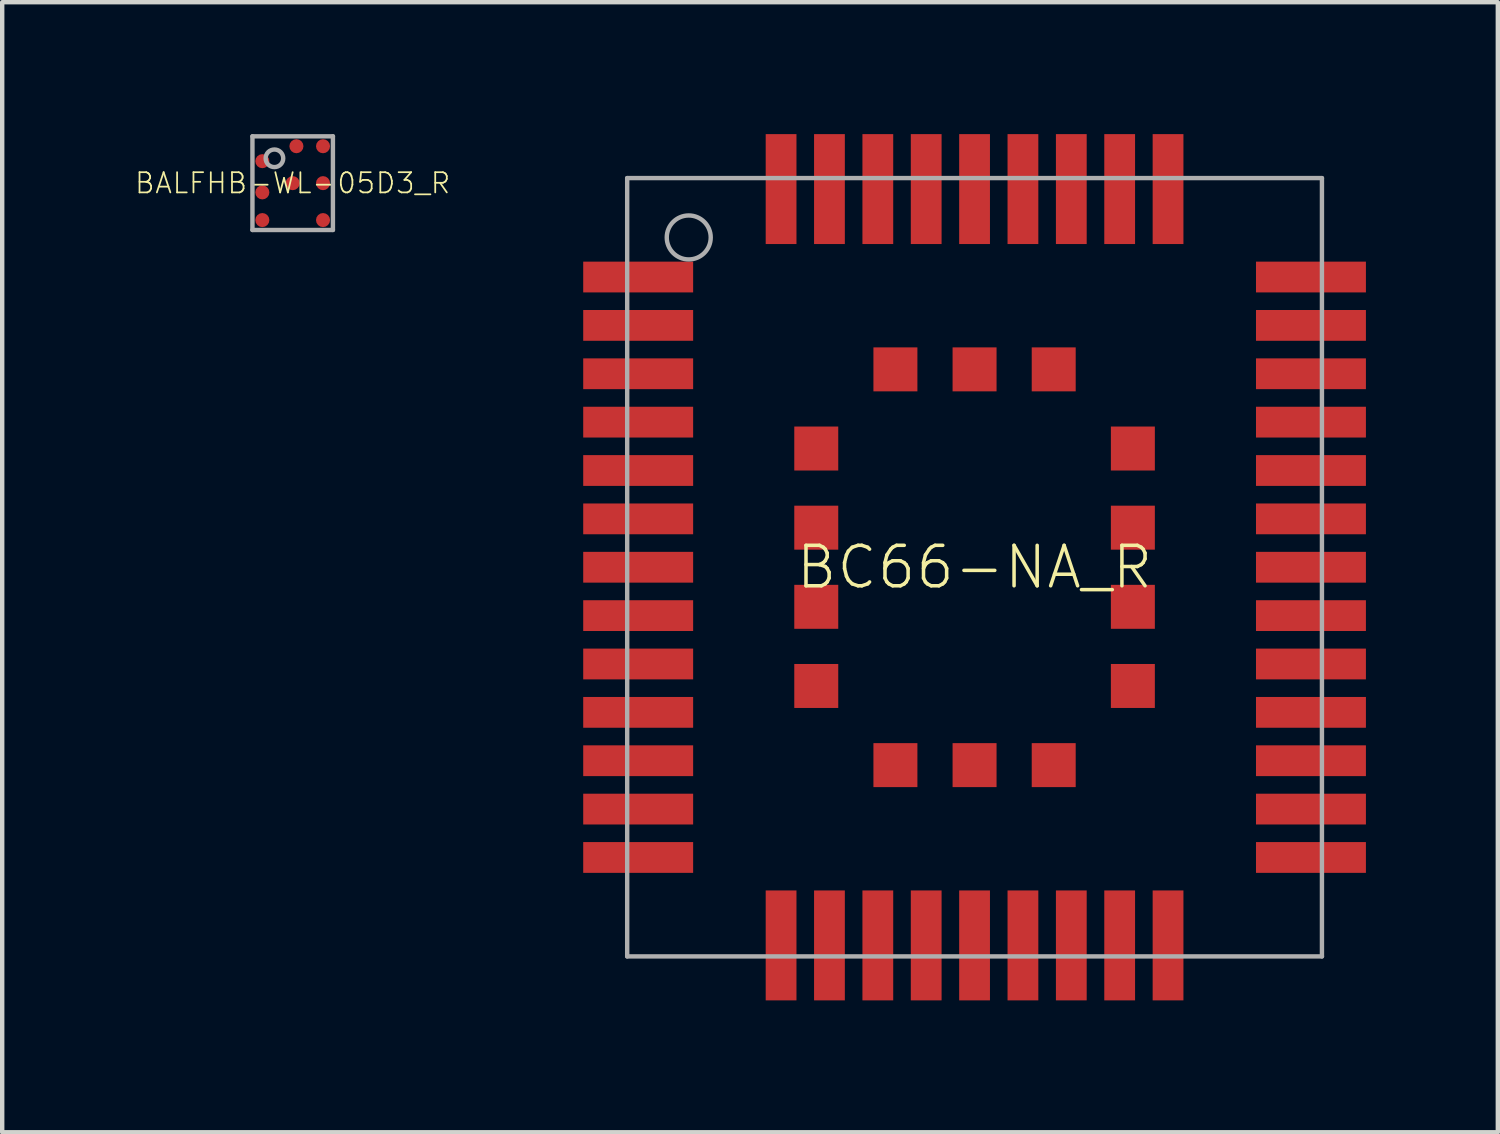
<source format=kicad_pcb>
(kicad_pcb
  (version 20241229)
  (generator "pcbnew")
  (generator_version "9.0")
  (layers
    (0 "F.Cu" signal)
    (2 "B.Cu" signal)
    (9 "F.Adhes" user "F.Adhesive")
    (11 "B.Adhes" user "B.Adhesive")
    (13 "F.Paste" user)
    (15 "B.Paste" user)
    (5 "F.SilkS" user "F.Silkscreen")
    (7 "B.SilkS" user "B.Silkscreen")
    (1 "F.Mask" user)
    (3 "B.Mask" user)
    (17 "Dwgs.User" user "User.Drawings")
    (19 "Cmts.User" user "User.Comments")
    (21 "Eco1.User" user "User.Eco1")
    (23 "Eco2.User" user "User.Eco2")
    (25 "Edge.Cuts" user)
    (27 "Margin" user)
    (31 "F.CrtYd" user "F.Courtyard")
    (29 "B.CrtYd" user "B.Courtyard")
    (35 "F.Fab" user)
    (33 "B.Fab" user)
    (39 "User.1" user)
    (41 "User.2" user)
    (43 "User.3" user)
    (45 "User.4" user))
  (footprint "BC66-NA_R"
    (layer "F.Cu")
    (at 19.113 9.85)
    (property "Reference" "BC66-NA_R" (at 0 0 0) (unlocked yes) (layer "F.SilkS") (effects (font (size 0.92 0.92) (thickness 0.08))))
    (fp_line (start -7.9 -8.85) (end 7.9 -8.85) (stroke (width 0.1) (type solid)) (layer "F.Fab"))
    (fp_line (start -7.9 8.85) (end -7.9 -8.85) (stroke (width 0.1) (type solid)) (layer "F.Fab"))
    (fp_line (start 7.9 -8.85) (end 7.9 8.85) (stroke (width 0.1) (type solid)) (layer "F.Fab"))
    (fp_line (start 7.9 8.85) (end -7.9 8.85) (stroke (width 0.1) (type solid)) (layer "F.Fab"))
    (fp_circle (center -6.5 -7.5) (end -6 -7.5) (stroke (width 0.1) (type solid)) (fill no) (layer "F.Fab"))
    (pad "1" smd rect (at -7.65 -6.6) (size 2.5 0.7) (layers "F.Cu" "F.Mask" "F.Paste"))
    (pad "2" smd rect (at -7.65 -5.5) (size 2.5 0.7) (layers "F.Cu" "F.Mask" "F.Paste"))
    (pad "3" smd rect (at -7.65 -4.4) (size 2.5 0.7) (layers "F.Cu" "F.Mask" "F.Paste"))
    (pad "4" smd rect (at -7.65 -3.3) (size 2.5 0.7) (layers "F.Cu" "F.Mask" "F.Paste"))
    (pad "5" smd rect (at -7.65 -2.2) (size 2.5 0.7) (layers "F.Cu" "F.Mask" "F.Paste"))
    (pad "6" smd rect (at -7.65 -1.1) (size 2.5 0.7) (layers "F.Cu" "F.Mask" "F.Paste"))
    (pad "7" smd rect (at -7.65 0) (size 2.5 0.7) (layers "F.Cu" "F.Mask" "F.Paste"))
    (pad "8" smd rect (at -7.65 1.1) (size 2.5 0.7) (layers "F.Cu" "F.Mask" "F.Paste"))
    (pad "9" smd rect (at -7.65 2.2) (size 2.5 0.7) (layers "F.Cu" "F.Mask" "F.Paste"))
    (pad "10" smd rect (at -7.65 3.3) (size 2.5 0.7) (layers "F.Cu" "F.Mask" "F.Paste"))
    (pad "11" smd rect (at -7.65 4.4) (size 2.5 0.7) (layers "F.Cu" "F.Mask" "F.Paste"))
    (pad "12" smd rect (at -7.65 5.5) (size 2.5 0.7) (layers "F.Cu" "F.Mask" "F.Paste"))
    (pad "13" smd rect (at -7.65 6.6) (size 2.5 0.7) (layers "F.Cu" "F.Mask" "F.Paste"))
    (pad "14" smd rect (at -4.4 8.6 90) (size 2.5 0.7) (layers "F.Cu" "F.Mask" "F.Paste"))
    (pad "15" smd rect (at -3.3 8.6 90) (size 2.5 0.7) (layers "F.Cu" "F.Mask" "F.Paste"))
    (pad "16" smd rect (at -2.2 8.6 90) (size 2.5 0.7) (layers "F.Cu" "F.Mask" "F.Paste"))
    (pad "17" smd rect (at -1.1 8.6 90) (size 2.5 0.7) (layers "F.Cu" "F.Mask" "F.Paste"))
    (pad "18" smd rect (at 0 8.6 90) (size 2.5 0.7) (layers "F.Cu" "F.Mask" "F.Paste"))
    (pad "19" smd rect (at 1.1 8.6 90) (size 2.5 0.7) (layers "F.Cu" "F.Mask" "F.Paste"))
    (pad "20" smd rect (at 2.2 8.6 90) (size 2.5 0.7) (layers "F.Cu" "F.Mask" "F.Paste"))
    (pad "21" smd rect (at 3.3 8.6 90) (size 2.5 0.7) (layers "F.Cu" "F.Mask" "F.Paste"))
    (pad "22" smd rect (at 4.4 8.6 90) (size 2.5 0.7) (layers "F.Cu" "F.Mask" "F.Paste"))
    (pad "23" smd rect (at 7.65 6.6 180) (size 2.5 0.7) (layers "F.Cu" "F.Mask" "F.Paste"))
    (pad "24" smd rect (at 7.65 5.5 180) (size 2.5 0.7) (layers "F.Cu" "F.Mask" "F.Paste"))
    (pad "25" smd rect (at 7.65 4.4 180) (size 2.5 0.7) (layers "F.Cu" "F.Mask" "F.Paste"))
    (pad "26" smd rect (at 7.65 3.3 180) (size 2.5 0.7) (layers "F.Cu" "F.Mask" "F.Paste"))
    (pad "27" smd rect (at 7.65 2.2 180) (size 2.5 0.7) (layers "F.Cu" "F.Mask" "F.Paste"))
    (pad "28" smd rect (at 7.65 1.1 180) (size 2.5 0.7) (layers "F.Cu" "F.Mask" "F.Paste"))
    (pad "29" smd rect (at 7.65 0 180) (size 2.5 0.7) (layers "F.Cu" "F.Mask" "F.Paste"))
    (pad "30" smd rect (at 7.65 -1.1 180) (size 2.5 0.7) (layers "F.Cu" "F.Mask" "F.Paste"))
    (pad "31" smd rect (at 7.65 -2.2 180) (size 2.5 0.7) (layers "F.Cu" "F.Mask" "F.Paste"))
    (pad "32" smd rect (at 7.65 -3.3 180) (size 2.5 0.7) (layers "F.Cu" "F.Mask" "F.Paste"))
    (pad "33" smd rect (at 7.65 -4.4 180) (size 2.5 0.7) (layers "F.Cu" "F.Mask" "F.Paste"))
    (pad "34" smd rect (at 7.65 -5.5 180) (size 2.5 0.7) (layers "F.Cu" "F.Mask" "F.Paste"))
    (pad "35" smd rect (at 7.65 -6.6 180) (size 2.5 0.7) (layers "F.Cu" "F.Mask" "F.Paste"))
    (pad "36" smd rect (at 4.4 -8.6 90) (size 2.5 0.7) (layers "F.Cu" "F.Mask" "F.Paste"))
    (pad "37" smd rect (at 3.3 -8.6 90) (size 2.5 0.7) (layers "F.Cu" "F.Mask" "F.Paste"))
    (pad "38" smd rect (at 2.2 -8.6 90) (size 2.5 0.7) (layers "F.Cu" "F.Mask" "F.Paste"))
    (pad "39" smd rect (at 1.1 -8.6 90) (size 2.5 0.7) (layers "F.Cu" "F.Mask" "F.Paste"))
    (pad "40" smd rect (at 0 -8.6 90) (size 2.5 0.7) (layers "F.Cu" "F.Mask" "F.Paste"))
    (pad "41" smd rect (at -1.1 -8.6 90) (size 2.5 0.7) (layers "F.Cu" "F.Mask" "F.Paste"))
    (pad "42" smd rect (at -2.2 -8.6 90) (size 2.5 0.7) (layers "F.Cu" "F.Mask" "F.Paste"))
    (pad "43" smd rect (at -3.3 -8.6 90) (size 2.5 0.7) (layers "F.Cu" "F.Mask" "F.Paste"))
    (pad "44" smd rect (at -4.4 -8.6 90) (size 2.5 0.7) (layers "F.Cu" "F.Mask" "F.Paste"))
    (pad "45" smd rect (at -3.6 -2.7) (size 1 1) (layers "F.Cu" "F.Mask" "F.Paste"))
    (pad "46" smd rect (at -3.6 -0.9) (size 1 1) (layers "F.Cu" "F.Mask" "F.Paste"))
    (pad "47" smd rect (at -3.6 0.9) (size 1 1) (layers "F.Cu" "F.Mask" "F.Paste"))
    (pad "48" smd rect (at -3.6 2.7) (size 1 1) (layers "F.Cu" "F.Mask" "F.Paste"))
    (pad "49" smd rect (at -1.8 4.5) (size 1 1) (layers "F.Cu" "F.Mask" "F.Paste"))
    (pad "50" smd rect (at 0 4.5) (size 1 1) (layers "F.Cu" "F.Mask" "F.Paste"))
    (pad "51" smd rect (at 1.8 4.5) (size 1 1) (layers "F.Cu" "F.Mask" "F.Paste"))
    (pad "52" smd rect (at 3.6 2.7) (size 1 1) (layers "F.Cu" "F.Mask" "F.Paste"))
    (pad "53" smd rect (at 3.6 0.9) (size 1 1) (layers "F.Cu" "F.Mask" "F.Paste"))
    (pad "54" smd rect (at 3.6 -0.9) (size 1 1) (layers "F.Cu" "F.Mask" "F.Paste"))
    (pad "55" smd rect (at 3.6 -2.7) (size 1 1) (layers "F.Cu" "F.Mask" "F.Paste"))
    (pad "56" smd rect (at 1.8 -4.5) (size 1 1) (layers "F.Cu" "F.Mask" "F.Paste"))
    (pad "57" smd rect (at 0 -4.5) (size 1 1) (layers "F.Cu" "F.Mask" "F.Paste"))
    (pad "58" smd rect (at -1.8 -4.5) (size 1 1) (layers "F.Cu" "F.Mask" "F.Paste")))
  (footprint "BALFHB-WL-05D3_R"
    (layer "F.Cu")
    (at 3.606 1.115)
    (property "Reference" "BALFHB-WL-05D3_R" (at 0 0 0) (unlocked yes) (layer "F.SilkS") (effects (font (size 0.46 0.46) (thickness 0.04))))
    (fp_circle (center -0.69 -0.5) (end -0.635 -0.5) (stroke (width 0.11) (type solid)) (fill yes) (layer "F.Mask"))
    (fp_circle (center -0.69 0.21) (end -0.635 0.21) (stroke (width 0.11) (type solid)) (fill yes) (layer "F.Mask"))
    (fp_circle (center -0.69 0.84) (end -0.635 0.84) (stroke (width 0.11) (type solid)) (fill yes) (layer "F.Mask"))
    (fp_circle (center 0 0) (end 0.055 0) (stroke (width 0.11) (type solid)) (fill yes) (layer "F.Mask"))
    (fp_circle (center 0.085 -0.84) (end 0.14 -0.84) (stroke (width 0.11) (type solid)) (fill yes) (layer "F.Mask"))
    (fp_circle (center 0.69 -0.84) (end 0.745 -0.84) (stroke (width 0.11) (type solid)) (fill yes) (layer "F.Mask"))
    (fp_circle (center 0.69 0) (end 0.745 0) (stroke (width 0.11) (type solid)) (fill yes) (layer "F.Mask"))
    (fp_circle (center 0.69 0.84) (end 0.745 0.84) (stroke (width 0.11) (type solid)) (fill yes) (layer "F.Mask"))
    (fp_poly (pts (xy -0.8 -0.39) (xy -0.58 -0.39) (xy -0.58 -0.61) (xy -0.8 -0.61)) (stroke (width 0) (type default)) (fill yes) (layer "F.Paste"))
    (fp_poly (pts (xy -0.8 0.32) (xy -0.58 0.32) (xy -0.58 0.1) (xy -0.8 0.1)) (stroke (width 0) (type default)) (fill yes) (layer "F.Paste"))
    (fp_poly (pts (xy -0.8 0.95) (xy -0.58 0.95) (xy -0.58 0.73) (xy -0.8 0.73)) (stroke (width 0) (type default)) (fill yes) (layer "F.Paste"))
    (fp_poly (pts (xy -0.11 0.11) (xy 0.11 0.11) (xy 0.11 -0.11) (xy -0.11 -0.11)) (stroke (width 0) (type default)) (fill yes) (layer "F.Paste"))
    (fp_poly (pts (xy -0.025 -0.73) (xy 0.195 -0.73) (xy 0.195 -0.95) (xy -0.025 -0.95)) (stroke (width 0) (type default)) (fill yes) (layer "F.Paste"))
    (fp_poly (pts (xy 0.58 -0.73) (xy 0.8 -0.73) (xy 0.8 -0.95) (xy 0.58 -0.95)) (stroke (width 0) (type default)) (fill yes) (layer "F.Paste"))
    (fp_poly (pts (xy 0.58 0.11) (xy 0.8 0.11) (xy 0.8 -0.11) (xy 0.58 -0.11)) (stroke (width 0) (type default)) (fill yes) (layer "F.Paste"))
    (fp_poly (pts (xy 0.58 0.95) (xy 0.8 0.95) (xy 0.8 0.73) (xy 0.58 0.73)) (stroke (width 0) (type default)) (fill yes) (layer "F.Paste"))
    (fp_line (start -0.915 -1.065) (end 0.915 -1.065) (stroke (width 0.1) (type solid)) (layer "F.Fab"))
    (fp_line (start -0.915 1.065) (end -0.915 -1.065) (stroke (width 0.1) (type solid)) (layer "F.Fab"))
    (fp_line (start 0.915 -1.065) (end 0.915 1.065) (stroke (width 0.1) (type solid)) (layer "F.Fab"))
    (fp_line (start 0.915 1.065) (end -0.915 1.065) (stroke (width 0.1) (type solid)) (layer "F.Fab"))
    (fp_circle (center -0.415 -0.565) (end -0.215 -0.565) (stroke (width 0.1) (type solid)) (fill no) (layer "F.Fab"))
    (pad "GND1" smd roundrect (at 0.69 0) (size 0.32 0.32) (layers "F.Cu") (roundrect_rratio 0.5))
    (pad "GND2" smd roundrect (at 0.085 -0.84) (size 0.32 0.32) (layers "F.Cu") (roundrect_rratio 0.5))
    (pad "GND3" smd roundrect (at 0 0) (size 0.32 0.32) (layers "F.Cu") (roundrect_rratio 0.5))
    (pad "RFI_IN" smd roundrect (at 0.69 0.84) (size 0.32 0.32) (layers "F.Cu") (roundrect_rratio 0.5))
    (pad "RFI_N_OUT" smd roundrect (at -0.69 0.21) (size 0.32 0.32) (layers "F.Cu") (roundrect_rratio 0.5))
    (pad "RFI_P_OUT" smd roundrect (at -0.69 0.84) (size 0.32 0.32) (layers "F.Cu") (roundrect_rratio 0.5))
    (pad "RFO_IN" smd roundrect (at -0.69 -0.5) (size 0.32 0.32) (layers "F.Cu") (roundrect_rratio 0.5))
    (pad "RFO_OUT" smd roundrect (at 0.69 -0.84) (size 0.32 0.32) (layers "F.Cu") (roundrect_rratio 0.5)))
  (gr_rect
    (start -3 -3)
    (end 31.013 22.7)
    (stroke (width 0.1) (type default))
    (fill no)
    (layer "Edge.Cuts")))
</source>
